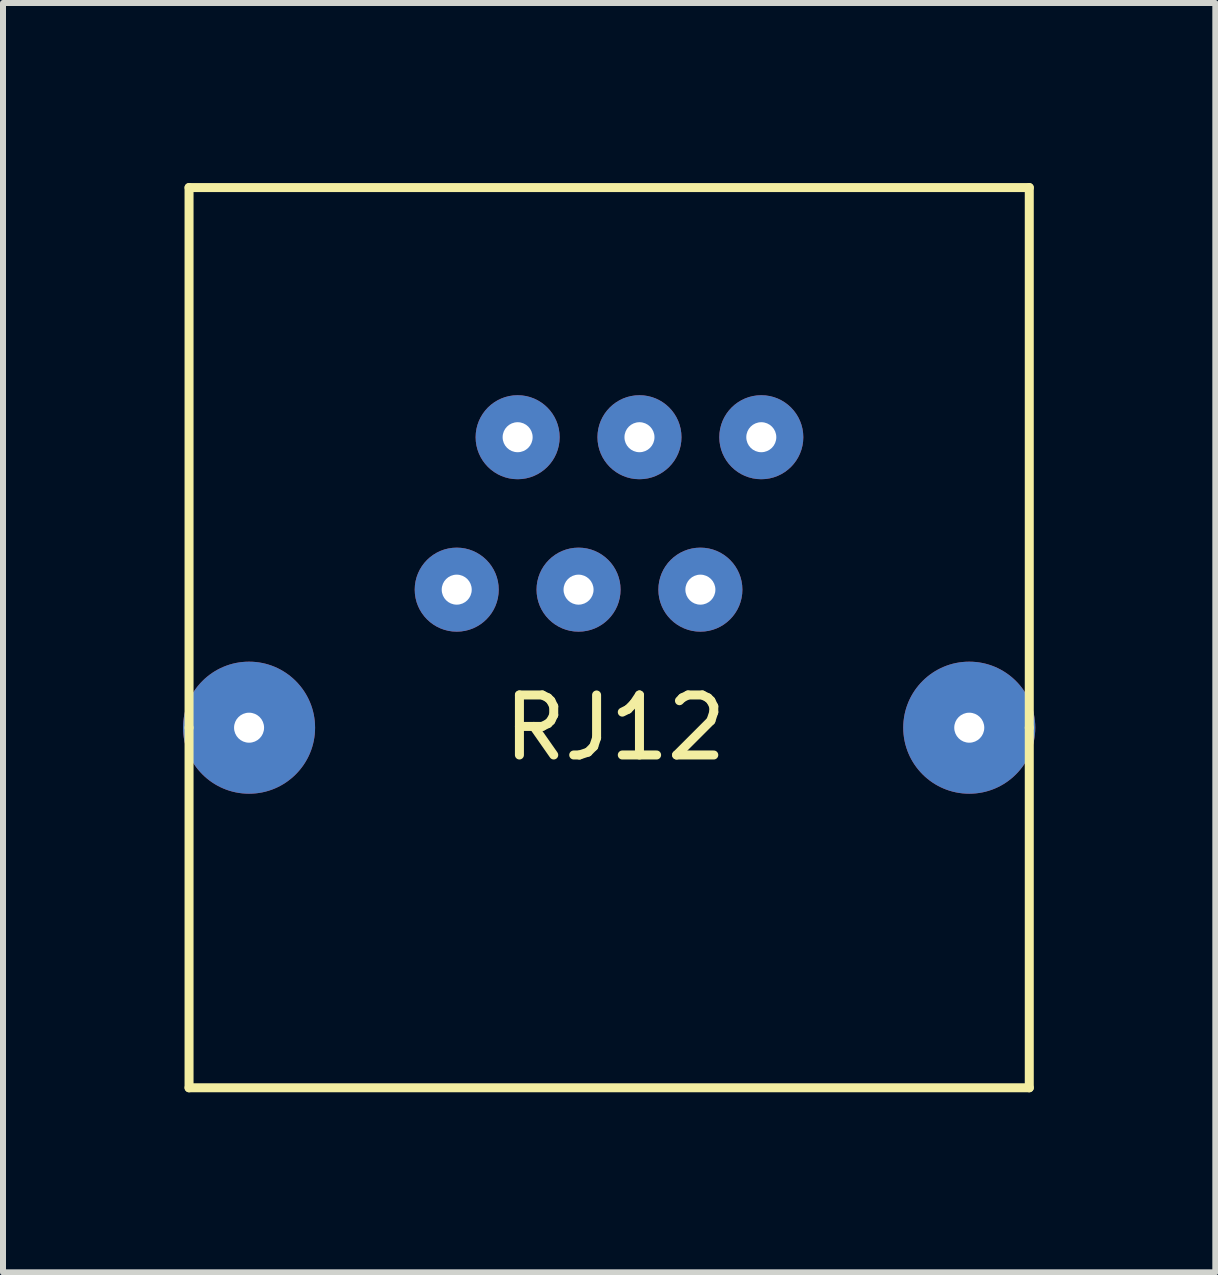
<source format=kicad_pcb>
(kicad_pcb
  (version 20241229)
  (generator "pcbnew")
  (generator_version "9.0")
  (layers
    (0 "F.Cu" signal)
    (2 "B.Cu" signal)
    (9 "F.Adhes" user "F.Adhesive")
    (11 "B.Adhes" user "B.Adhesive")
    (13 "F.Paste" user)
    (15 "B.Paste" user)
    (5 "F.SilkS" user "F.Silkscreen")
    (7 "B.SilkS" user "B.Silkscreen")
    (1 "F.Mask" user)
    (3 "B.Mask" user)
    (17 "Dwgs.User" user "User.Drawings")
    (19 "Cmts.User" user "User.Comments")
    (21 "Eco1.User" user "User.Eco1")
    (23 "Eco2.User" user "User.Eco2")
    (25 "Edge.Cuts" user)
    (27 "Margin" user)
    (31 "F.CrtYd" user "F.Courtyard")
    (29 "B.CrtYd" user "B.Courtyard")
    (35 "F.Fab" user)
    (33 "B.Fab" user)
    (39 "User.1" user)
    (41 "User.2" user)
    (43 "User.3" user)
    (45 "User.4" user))
  (footprint "RJ12"
    (layer "F.Cu")
    (at 4.8 7.885)
    (property "Reference" "RJ12" (at 2.4 1.19 0) (layer "F.SilkS") (effects (font (size 1 1) (thickness 0.15))))
    (attr through_hole)
    (fp_line (start -4.7 -7.81) (end -4.7 1.19) (stroke (width 0.15) (type solid)) (layer "F.SilkS"))
    (fp_line (start -4.7 -7.81) (end 9.3 -7.81) (stroke (width 0.15) (type solid)) (layer "F.SilkS"))
    (fp_line (start -4.7 1.19) (end -4.7 7.19) (stroke (width 0.15) (type solid)) (layer "F.SilkS"))
    (fp_line (start 9.3 -7.81) (end 9.3 1.19) (stroke (width 0.15) (type solid)) (layer "F.SilkS"))
    (fp_line (start 9.3 1.19) (end 9.3 7.19) (stroke (width 0.15) (type solid)) (layer "F.SilkS"))
    (fp_line (start 9.3 7.19) (end -4.7 7.19) (stroke (width 0.15) (type solid)) (layer "F.SilkS"))
    (pad "" np_thru_hole circle (at -3.7 1.19) (size 2.2 2.2) (drill 0.5) (layers "*.Cu" "*.Mask"))
    (pad "" np_thru_hole circle (at 8.3 1.19) (size 2.2 2.2) (drill 0.5) (layers "*.Cu" "*.Mask"))
    (pad "1" thru_hole circle (at -0.24 -1.11) (size 1.4 1.4) (drill 0.5) (layers "*.Cu" "*.Mask"))
    (pad "2" thru_hole circle (at 0.775 -3.65) (size 1.4 1.4) (drill 0.5) (layers "*.Cu" "*.Mask"))
    (pad "3" thru_hole circle (at 1.79 -1.11) (size 1.4 1.4) (drill 0.5) (layers "*.Cu" "*.Mask"))
    (pad "4" thru_hole circle (at 2.805 -3.65) (size 1.4 1.4) (drill 0.5) (layers "*.Cu" "*.Mask"))
    (pad "5" thru_hole circle (at 3.82 -1.11) (size 1.4 1.4) (drill 0.5) (layers "*.Cu" "*.Mask"))
    (pad "6" thru_hole circle (at 4.835 -3.65) (size 1.4 1.4) (drill 0.5) (layers "*.Cu" "*.Mask")))
  (gr_rect
    (start -3 -3)
    (end 17.2 18.15)
    (stroke (width 0.1) (type default))
    (fill no)
    (layer "Edge.Cuts")))
</source>
